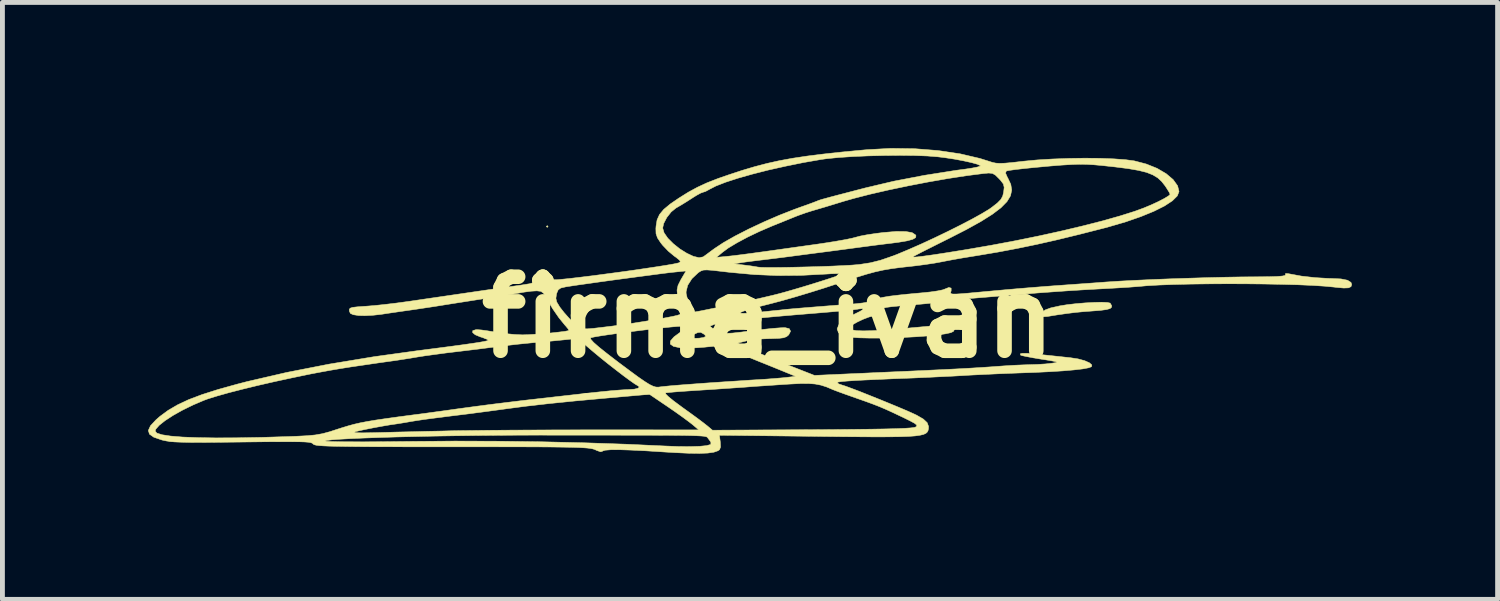
<source format=kicad_pcb>
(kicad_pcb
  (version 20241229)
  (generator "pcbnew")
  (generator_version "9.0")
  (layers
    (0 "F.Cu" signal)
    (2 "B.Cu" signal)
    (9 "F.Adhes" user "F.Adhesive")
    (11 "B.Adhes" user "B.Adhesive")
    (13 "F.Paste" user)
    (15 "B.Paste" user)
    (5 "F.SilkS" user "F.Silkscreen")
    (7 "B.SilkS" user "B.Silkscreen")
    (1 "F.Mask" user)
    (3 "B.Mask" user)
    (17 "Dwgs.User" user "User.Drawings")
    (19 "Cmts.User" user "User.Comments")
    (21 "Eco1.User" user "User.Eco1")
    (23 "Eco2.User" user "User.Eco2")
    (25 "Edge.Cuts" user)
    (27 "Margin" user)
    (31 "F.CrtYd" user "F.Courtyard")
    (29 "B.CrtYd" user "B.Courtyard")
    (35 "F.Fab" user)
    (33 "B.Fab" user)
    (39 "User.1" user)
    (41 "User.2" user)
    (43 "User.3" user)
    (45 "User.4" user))
  (footprint "firma_ivan"
    (layer "F.Cu")
    (at 12.772 3.483)
    (property "Reference" "firma_ivan" (at 0 0 0) (layer "F.SilkS") (effects (font (size 1.524 1.524) (thickness 0.3))))
    (attr through_hole)
    (fp_poly (pts (xy -4.536 -1.869) (xy -4.554 -1.851) (xy -4.572 -1.869) (xy -4.554 -1.887) (xy -4.536 -1.869)) (stroke (width 0.01) (type solid)) (fill yes) (layer "F.SilkS"))
    (fp_poly (pts (xy 6.978 -0.305) (xy 7.037 -0.292) (xy 7.069 -0.237) (xy 7.066 -0.207) (xy 7.036 -0.18) (xy 6.963 -0.159) (xy 6.837 -0.142) (xy 6.67 -0.129) (xy 6.483 -0.115) (xy 6.317 -0.099) (xy 6.148 -0.078) (xy 5.951 -0.05) (xy 5.742 -0.016) (xy 5.657 -0.011) (xy 5.625 -0.037) (xy 5.624 -0.048) (xy 5.642 -0.106) (xy 5.702 -0.152) (xy 5.813 -0.193) (xy 5.987 -0.232) (xy 5.99 -0.233) (xy 6.15 -0.259) (xy 6.333 -0.28) (xy 6.523 -0.296) (xy 6.704 -0.306) (xy 6.861 -0.31) (xy 6.978 -0.305)) (stroke (width 0.01) (type solid)) (fill yes) (layer "F.SilkS"))
    (fp_poly (pts (xy 3.013 -3.471) (xy 3.494 -3.433) (xy 3.947 -3.366) (xy 4.357 -3.27) (xy 4.544 -3.211) (xy 4.616 -3.188) (xy 4.684 -3.174) (xy 4.763 -3.169) (xy 4.869 -3.173) (xy 5.015 -3.186) (xy 5.217 -3.209) (xy 5.251 -3.213) (xy 5.537 -3.24) (xy 5.852 -3.259) (xy 6.182 -3.271) (xy 6.512 -3.276) (xy 6.828 -3.273) (xy 7.115 -3.262) (xy 7.359 -3.244) (xy 7.536 -3.22) (xy 7.78 -3.156) (xy 8.002 -3.067) (xy 8.19 -2.957) (xy 8.334 -2.835) (xy 8.426 -2.707) (xy 8.455 -2.59) (xy 8.42 -2.499) (xy 8.318 -2.398) (xy 8.156 -2.292) (xy 7.938 -2.183) (xy 7.669 -2.073) (xy 7.355 -1.964) (xy 7.002 -1.861) (xy 6.912 -1.837) (xy 6.403 -1.707) (xy 5.947 -1.596) (xy 5.527 -1.501) (xy 5.126 -1.418) (xy 4.73 -1.343) (xy 4.32 -1.274) (xy 4.191 -1.253) (xy 4 -1.222) (xy 3.801 -1.187) (xy 3.628 -1.154) (xy 3.574 -1.143) (xy 3.421 -1.115) (xy 3.228 -1.086) (xy 3.029 -1.06) (xy 2.95 -1.051) (xy 2.724 -1.026) (xy 2.534 -1.001) (xy 2.364 -0.972) (xy 2.197 -0.935) (xy 2.018 -0.886) (xy 1.811 -0.822) (xy 1.559 -0.739) (xy 1.418 -0.691) (xy 1.147 -0.602) (xy 0.853 -0.51) (xy 0.557 -0.421) (xy 0.284 -0.343) (xy 0.073 -0.287) (xy -0.194 -0.219) (xy -0.391 -0.165) (xy -0.518 -0.124) (xy -0.577 -0.098) (xy -0.567 -0.083) (xy -0.491 -0.081) (xy -0.348 -0.09) (xy -0.145 -0.109) (xy 0.031 -0.128) (xy 0.203 -0.145) (xy 0.343 -0.16) (xy 0.381 -0.164) (xy 0.499 -0.175) (xy 0.675 -0.19) (xy 0.896 -0.208) (xy 1.147 -0.228) (xy 1.414 -0.249) (xy 1.684 -0.269) (xy 1.796 -0.278) (xy 1.946 -0.295) (xy 2.078 -0.32) (xy 2.165 -0.349) (xy 2.174 -0.354) (xy 2.24 -0.382) (xy 2.346 -0.409) (xy 2.5 -0.435) (xy 2.708 -0.46) (xy 2.978 -0.487) (xy 3.179 -0.505) (xy 3.342 -0.522) (xy 3.485 -0.543) (xy 3.587 -0.564) (xy 3.621 -0.576) (xy 3.716 -0.614) (xy 3.763 -0.6) (xy 3.763 -0.544) (xy 3.755 -0.518) (xy 3.753 -0.499) (xy 3.764 -0.485) (xy 3.796 -0.479) (xy 3.859 -0.478) (xy 3.96 -0.484) (xy 4.108 -0.496) (xy 4.312 -0.515) (xy 4.578 -0.539) (xy 4.598 -0.541) (xy 4.873 -0.566) (xy 5.17 -0.592) (xy 5.463 -0.616) (xy 5.729 -0.637) (xy 5.915 -0.651) (xy 6.167 -0.669) (xy 6.448 -0.689) (xy 6.725 -0.709) (xy 6.965 -0.727) (xy 6.985 -0.728) (xy 7.231 -0.744) (xy 7.535 -0.76) (xy 7.882 -0.776) (xy 8.257 -0.791) (xy 8.646 -0.804) (xy 9.034 -0.816) (xy 9.406 -0.825) (xy 9.747 -0.831) (xy 10.043 -0.833) (xy 10.062 -0.833) (xy 10.3 -0.835) (xy 10.471 -0.84) (xy 10.582 -0.849) (xy 10.638 -0.861) (xy 10.647 -0.876) (xy 10.649 -0.902) (xy 10.711 -0.897) (xy 10.726 -0.894) (xy 10.975 -0.848) (xy 11.258 -0.816) (xy 11.534 -0.8) (xy 11.587 -0.799) (xy 11.789 -0.79) (xy 11.924 -0.763) (xy 11.996 -0.718) (xy 12.011 -0.674) (xy 11.996 -0.63) (xy 11.945 -0.606) (xy 11.847 -0.602) (xy 11.691 -0.616) (xy 11.645 -0.622) (xy 11.457 -0.64) (xy 11.208 -0.656) (xy 10.909 -0.669) (xy 10.571 -0.678) (xy 10.205 -0.685) (xy 9.822 -0.689) (xy 9.433 -0.69) (xy 9.05 -0.688) (xy 8.684 -0.683) (xy 8.346 -0.675) (xy 8.047 -0.664) (xy 7.798 -0.65) (xy 7.656 -0.637) (xy 7.556 -0.629) (xy 7.398 -0.617) (xy 7.2 -0.605) (xy 6.977 -0.592) (xy 6.767 -0.581) (xy 6.484 -0.565) (xy 6.163 -0.545) (xy 5.836 -0.522) (xy 5.534 -0.5) (xy 5.407 -0.489) (xy 5.153 -0.468) (xy 4.887 -0.447) (xy 4.632 -0.426) (xy 4.411 -0.408) (xy 4.3 -0.399) (xy 4.109 -0.383) (xy 3.925 -0.364) (xy 3.772 -0.345) (xy 3.683 -0.331) (xy 3.583 -0.317) (xy 3.429 -0.299) (xy 3.237 -0.279) (xy 3.026 -0.26) (xy 2.914 -0.251) (xy 2.694 -0.233) (xy 2.537 -0.218) (xy 2.431 -0.204) (xy 2.367 -0.188) (xy 2.332 -0.169) (xy 2.318 -0.144) (xy 2.315 -0.13) (xy 2.281 -0.07) (xy 2.191 -0.036) (xy 2.177 -0.033) (xy 2.071 -0.005) (xy 1.948 0.042) (xy 1.828 0.099) (xy 1.732 0.154) (xy 1.682 0.199) (xy 1.679 0.204) (xy 1.685 0.237) (xy 1.729 0.261) (xy 1.817 0.275) (xy 1.952 0.28) (xy 2.14 0.276) (xy 2.385 0.262) (xy 2.692 0.239) (xy 3.065 0.206) (xy 3.161 0.197) (xy 3.412 0.175) (xy 3.597 0.164) (xy 3.725 0.164) (xy 3.803 0.176) (xy 3.837 0.202) (xy 3.836 0.242) (xy 3.811 0.29) (xy 3.759 0.316) (xy 3.646 0.341) (xy 3.483 0.364) (xy 3.28 0.384) (xy 3.049 0.401) (xy 2.801 0.414) (xy 2.547 0.423) (xy 2.298 0.428) (xy 2.066 0.428) (xy 1.861 0.423) (xy 1.694 0.411) (xy 1.577 0.394) (xy 1.541 0.383) (xy 1.444 0.319) (xy 1.415 0.241) (xy 1.451 0.153) (xy 1.552 0.059) (xy 1.715 -0.037) (xy 1.764 -0.061) (xy 1.89 -0.123) (xy 1.949 -0.162) (xy 1.939 -0.178) (xy 1.861 -0.171) (xy 1.841 -0.167) (xy 1.767 -0.157) (xy 1.635 -0.143) (xy 1.459 -0.126) (xy 1.252 -0.108) (xy 1.052 -0.091) (xy 0.565 -0.051) (xy 0.147 -0.015) (xy -0.206 0.018) (xy -0.497 0.048) (xy -0.73 0.076) (xy -0.909 0.101) (xy -1.036 0.125) (xy -1.116 0.148) (xy -1.12 0.149) (xy -1.205 0.183) (xy -1.105 0.262) (xy -1.044 0.301) (xy -0.971 0.324) (xy -0.873 0.332) (xy -0.736 0.325) (xy -0.548 0.304) (xy -0.454 0.291) (xy -0.268 0.267) (xy -0.076 0.246) (xy 0.102 0.228) (xy 0.247 0.217) (xy 0.34 0.213) (xy 0.341 0.213) (xy 0.429 0.234) (xy 0.457 0.287) (xy 0.418 0.362) (xy 0.418 0.362) (xy 0.374 0.399) (xy 0.312 0.422) (xy 0.215 0.434) (xy 0.065 0.439) (xy 0.04 0.439) (xy -0.132 0.446) (xy -0.301 0.462) (xy -0.436 0.483) (xy -0.454 0.487) (xy -0.635 0.532) (xy -0.363 0.661) (xy -0.228 0.722) (xy -0.046 0.8) (xy 0.161 0.886) (xy 0.373 0.971) (xy 0.429 0.993) (xy 0.949 1.197) (xy 1.699 1.163) (xy 1.973 1.151) (xy 2.294 1.136) (xy 2.636 1.121) (xy 2.976 1.106) (xy 3.286 1.092) (xy 3.32 1.09) (xy 3.598 1.077) (xy 3.882 1.063) (xy 4.154 1.048) (xy 4.396 1.033) (xy 4.591 1.02) (xy 4.645 1.016) (xy 4.851 1.001) (xy 5.062 0.988) (xy 5.25 0.98) (xy 5.37 0.976) (xy 5.536 0.971) (xy 5.702 0.961) (xy 5.824 0.948) (xy 5.9 0.937) (xy 5.937 0.928) (xy 5.926 0.917) (xy 5.862 0.902) (xy 5.738 0.881) (xy 5.609 0.861) (xy 5.448 0.834) (xy 5.315 0.809) (xy 5.225 0.79) (xy 5.195 0.78) (xy 5.185 0.754) (xy 5.227 0.742) (xy 5.324 0.742) (xy 5.485 0.755) (xy 5.573 0.764) (xy 5.769 0.785) (xy 5.978 0.807) (xy 6.163 0.827) (xy 6.213 0.832) (xy 6.376 0.857) (xy 6.512 0.894) (xy 6.611 0.938) (xy 6.66 0.982) (xy 6.653 1.018) (xy 6.595 1.04) (xy 6.473 1.063) (xy 6.292 1.084) (xy 6.061 1.104) (xy 5.787 1.121) (xy 5.476 1.136) (xy 5.298 1.142) (xy 5.027 1.152) (xy 4.728 1.164) (xy 4.429 1.178) (xy 4.159 1.191) (xy 4.046 1.198) (xy 3.797 1.212) (xy 3.526 1.225) (xy 3.262 1.238) (xy 3.034 1.248) (xy 2.994 1.25) (xy 2.591 1.265) (xy 2.256 1.28) (xy 1.985 1.292) (xy 1.772 1.303) (xy 1.613 1.314) (xy 1.504 1.324) (xy 1.44 1.333) (xy 1.416 1.342) (xy 1.415 1.344) (xy 1.446 1.371) (xy 1.515 1.395) (xy 1.587 1.418) (xy 1.712 1.464) (xy 1.878 1.527) (xy 2.071 1.604) (xy 2.278 1.687) (xy 2.486 1.772) (xy 2.682 1.853) (xy 2.852 1.925) (xy 2.984 1.984) (xy 3.05 2.015) (xy 3.19 2.096) (xy 3.269 2.17) (xy 3.298 2.248) (xy 3.296 2.293) (xy 3.288 2.331) (xy 3.272 2.363) (xy 3.242 2.39) (xy 3.194 2.412) (xy 3.122 2.429) (xy 3.021 2.443) (xy 2.885 2.453) (xy 2.708 2.459) (xy 2.487 2.462) (xy 2.215 2.463) (xy 1.886 2.461) (xy 1.497 2.458) (xy 1.041 2.453) (xy 0.992 2.452) (xy -1.009 2.429) (xy -0.99 2.572) (xy -0.985 2.672) (xy -1.007 2.727) (xy -1.039 2.749) (xy -1.122 2.778) (xy -1.246 2.796) (xy -1.416 2.803) (xy -1.64 2.8) (xy -1.925 2.787) (xy -2.141 2.774) (xy -2.52 2.75) (xy -2.829 2.735) (xy -3.071 2.727) (xy -3.247 2.728) (xy -3.36 2.737) (xy -3.413 2.753) (xy -3.417 2.759) (xy -3.455 2.77) (xy -3.539 2.741) (xy -3.556 2.732) (xy -3.583 2.72) (xy -3.617 2.71) (xy -3.663 2.701) (xy -3.726 2.693) (xy -3.81 2.687) (xy -3.922 2.681) (xy -4.065 2.677) (xy -4.245 2.674) (xy -4.467 2.671) (xy -4.735 2.669) (xy -5.055 2.668) (xy -5.431 2.668) (xy -5.869 2.667) (xy -6.373 2.667) (xy -6.507 2.667) (xy -7.03 2.667) (xy -7.485 2.667) (xy -7.877 2.666) (xy -8.21 2.665) (xy -8.49 2.663) (xy -8.721 2.66) (xy -8.907 2.657) (xy -9.055 2.653) (xy -9.167 2.648) (xy -9.25 2.642) (xy -9.308 2.635) (xy -9.345 2.626) (xy -9.366 2.617) (xy -9.374 2.609) (xy -9.39 2.594) (xy -9.421 2.582) (xy -9.472 2.573) (xy -9.551 2.567) (xy -9.665 2.563) (xy -9.819 2.561) (xy -10.021 2.561) (xy -10.278 2.562) (xy -10.596 2.566) (xy -10.841 2.569) (xy -11.207 2.573) (xy -11.509 2.576) (xy -11.753 2.577) (xy -11.948 2.576) (xy -12.102 2.572) (xy -12.223 2.567) (xy -12.318 2.558) (xy -12.396 2.547) (xy -12.4 2.546) (xy -9.126 2.546) (xy -9.099 2.553) (xy -9.003 2.559) (xy -8.842 2.563) (xy -8.619 2.564) (xy -8.338 2.565) (xy -8.002 2.563) (xy -7.616 2.559) (xy -7.33 2.556) (xy -6.456 2.549) (xy -5.56 2.552) (xy -4.659 2.564) (xy -3.773 2.585) (xy -2.922 2.614) (xy -2.141 2.65) (xy -1.859 2.661) (xy -1.615 2.663) (xy -1.418 2.657) (xy -1.275 2.643) (xy -1.194 2.621) (xy -1.185 2.614) (xy -1.185 2.57) (xy -1.23 2.508) (xy -1.23 2.507) (xy -1.241 2.494) (xy -1.249 2.482) (xy -1.257 2.472) (xy -1.271 2.463) (xy -1.295 2.456) (xy -1.332 2.449) (xy -1.389 2.444) (xy -1.468 2.44) (xy -1.574 2.436) (xy -1.713 2.433) (xy -1.887 2.431) (xy -2.102 2.43) (xy -2.361 2.429) (xy -2.67 2.428) (xy -3.033 2.428) (xy -3.453 2.427) (xy -3.936 2.427) (xy -4.486 2.427) (xy -4.673 2.426) (xy -5.118 2.427) (xy -5.567 2.43) (xy -6.015 2.434) (xy -6.455 2.44) (xy -6.882 2.447) (xy -7.29 2.456) (xy -7.672 2.465) (xy -8.023 2.476) (xy -8.336 2.487) (xy -8.606 2.499) (xy -8.825 2.511) (xy -8.99 2.523) (xy -9.092 2.536) (xy -9.126 2.546) (xy -12.4 2.546) (xy -12.464 2.533) (xy -12.5 2.523) (xy -12.656 2.469) (xy -12.745 2.406) (xy -12.763 2.344) (xy -12.627 2.344) (xy -12.592 2.385) (xy -12.485 2.419) (xy -12.309 2.446) (xy -12.065 2.466) (xy -11.754 2.478) (xy -11.379 2.484) (xy -10.939 2.482) (xy -10.438 2.473) (xy -9.875 2.456) (xy -9.719 2.45) (xy -9.501 2.439) (xy -9.331 2.423) (xy -9.183 2.397) (xy -9.082 2.37) (xy -8.526 2.37) (xy -8.475 2.378) (xy -8.355 2.38) (xy -8.164 2.377) (xy -8.074 2.375) (xy -7.881 2.37) (xy -7.633 2.363) (xy -7.349 2.357) (xy -7.045 2.349) (xy -6.741 2.343) (xy -6.558 2.338) (xy -6.331 2.334) (xy -6.042 2.331) (xy -5.703 2.327) (xy -5.325 2.324) (xy -4.919 2.322) (xy -4.495 2.32) (xy -4.066 2.319) (xy -3.642 2.318) (xy -3.51 2.318) (xy -1.433 2.319) (xy -1.56 2.211) (xy -1.641 2.148) (xy -1.764 2.057) (xy -1.914 1.95) (xy -2.068 1.844) (xy -2.449 1.586) (xy -3.356 1.666) (xy -3.97 1.722) (xy -4.514 1.777) (xy -4.99 1.831) (xy -5.402 1.885) (xy -5.407 1.886) (xy -5.761 1.934) (xy -6.164 1.987) (xy -6.627 2.044) (xy -6.693 2.053) (xy -6.891 2.078) (xy -7.081 2.103) (xy -7.242 2.127) (xy -7.353 2.145) (xy -7.354 2.145) (xy -7.484 2.168) (xy -7.602 2.187) (xy -7.645 2.194) (xy -7.779 2.213) (xy -7.943 2.241) (xy -8.119 2.273) (xy -8.285 2.306) (xy -8.421 2.335) (xy -8.507 2.356) (xy -8.509 2.357) (xy -8.526 2.37) (xy -9.082 2.37) (xy -9.033 2.357) (xy -8.93 2.323) (xy -8.787 2.277) (xy -8.659 2.238) (xy -8.536 2.204) (xy -8.406 2.174) (xy -8.26 2.146) (xy -8.086 2.117) (xy -7.875 2.086) (xy -7.616 2.05) (xy -7.298 2.008) (xy -7.203 1.996) (xy -7.067 1.978) (xy -6.878 1.952) (xy -6.657 1.922) (xy -6.423 1.889) (xy -6.277 1.869) (xy -6.011 1.833) (xy -5.704 1.793) (xy -5.387 1.754) (xy -5.09 1.718) (xy -4.971 1.704) (xy -4.697 1.673) (xy -4.39 1.638) (xy -4.08 1.603) (xy -3.798 1.571) (xy -3.683 1.558) (xy -3.659 1.556) (xy -2.117 1.556) (xy -2.117 1.577) (xy -2.061 1.633) (xy -1.953 1.721) (xy -1.8 1.835) (xy -1.774 1.854) (xy -1.614 1.969) (xy -1.466 2.077) (xy -1.346 2.167) (xy -1.267 2.229) (xy -1.258 2.236) (xy -1.152 2.325) (xy 0.903 2.315) (xy 1.381 2.312) (xy 1.79 2.308) (xy 2.134 2.304) (xy 2.416 2.299) (xy 2.641 2.293) (xy 2.811 2.286) (xy 2.93 2.278) (xy 3.003 2.269) (xy 3.03 2.261) (xy 3.055 2.24) (xy 3.051 2.216) (xy 3.009 2.182) (xy 2.92 2.134) (xy 2.777 2.063) (xy 2.721 2.037) (xy 2.555 1.958) (xy 2.419 1.896) (xy 2.295 1.843) (xy 2.165 1.792) (xy 2.01 1.735) (xy 1.811 1.665) (xy 1.724 1.634) (xy 1.573 1.581) (xy 1.441 1.533) (xy 1.349 1.498) (xy 1.324 1.488) (xy 1.197 1.434) (xy 1.081 1.397) (xy 0.962 1.374) (xy 0.824 1.364) (xy 0.651 1.365) (xy 0.428 1.376) (xy 0.319 1.383) (xy 0.111 1.397) (xy -0.079 1.41) (xy -0.236 1.42) (xy -0.345 1.428) (xy -0.381 1.431) (xy -0.483 1.439) (xy -0.654 1.451) (xy -0.887 1.467) (xy -1.179 1.487) (xy -1.525 1.509) (xy -1.542 1.51) (xy -1.705 1.521) (xy -1.846 1.531) (xy -1.946 1.539) (xy -1.978 1.542) (xy -2.075 1.552) (xy -2.117 1.556) (xy -3.659 1.556) (xy -3.463 1.535) (xy -3.254 1.514) (xy -3.072 1.499) (xy -2.935 1.49) (xy -2.878 1.488) (xy -2.76 1.48) (xy -2.683 1.461) (xy -2.657 1.434) (xy -2.693 1.406) (xy -2.696 1.405) (xy -2.751 1.372) (xy -2.851 1.302) (xy -2.984 1.204) (xy -3.136 1.087) (xy -3.298 0.961) (xy -3.456 0.834) (xy -3.599 0.715) (xy -3.661 0.663) (xy -3.787 0.555) (xy -3.876 0.488) (xy -3.942 0.454) (xy -4.001 0.444) (xy -4.063 0.449) (xy -4.151 0.459) (xy -4.292 0.473) (xy -4.467 0.49) (xy -4.657 0.506) (xy -4.666 0.507) (xy -4.894 0.528) (xy -5.144 0.553) (xy -5.381 0.58) (xy -5.534 0.599) (xy -5.734 0.624) (xy -5.975 0.655) (xy -6.224 0.685) (xy -6.423 0.709) (xy -6.639 0.735) (xy -6.862 0.765) (xy -7.067 0.793) (xy -7.221 0.817) (xy -7.38 0.844) (xy -7.528 0.867) (xy -7.638 0.884) (xy -7.656 0.887) (xy -8.022 0.938) (xy -8.329 0.983) (xy -8.589 1.021) (xy -8.816 1.057) (xy -9.021 1.092) (xy -9.218 1.128) (xy -9.419 1.166) (xy -9.637 1.211) (xy -9.828 1.251) (xy -10.174 1.326) (xy -10.51 1.403) (xy -10.826 1.48) (xy -11.11 1.553) (xy -11.351 1.621) (xy -11.538 1.679) (xy -11.623 1.71) (xy -11.85 1.807) (xy -12.066 1.913) (xy -12.26 2.022) (xy -12.423 2.128) (xy -12.544 2.224) (xy -12.614 2.304) (xy -12.627 2.344) (xy -12.763 2.344) (xy -12.767 2.329) (xy -12.723 2.233) (xy -12.612 2.114) (xy -12.529 2.041) (xy -12.362 1.918) (xy -12.168 1.804) (xy -11.938 1.696) (xy -11.663 1.592) (xy -11.336 1.488) (xy -10.949 1.38) (xy -10.741 1.326) (xy -9.92 1.136) (xy -9.047 0.965) (xy -8.115 0.811) (xy -7.239 0.69) (xy -6.859 0.641) (xy -6.545 0.6) (xy -6.293 0.566) (xy -6.098 0.538) (xy -5.953 0.516) (xy -5.853 0.498) (xy -5.795 0.485) (xy -5.771 0.474) (xy -5.769 0.472) (xy -5.801 0.45) (xy -5.869 0.424) (xy -3.662 0.424) (xy -3.656 0.454) (xy -3.599 0.518) (xy -3.487 0.616) (xy -3.319 0.75) (xy -3.094 0.923) (xy -3.066 0.944) (xy -2.846 1.108) (xy -2.676 1.233) (xy -2.545 1.323) (xy -2.448 1.384) (xy -2.373 1.42) (xy -2.315 1.437) (xy -2.263 1.438) (xy -2.226 1.433) (xy -2.155 1.425) (xy -2.025 1.412) (xy -1.849 1.397) (xy -1.639 1.381) (xy -1.41 1.364) (xy -1.373 1.361) (xy -1.114 1.343) (xy -0.848 1.325) (xy -0.595 1.309) (xy -0.375 1.294) (xy -0.221 1.285) (xy -0.033 1.273) (xy 0.148 1.259) (xy 0.299 1.246) (xy 0.376 1.238) (xy 0.56 1.216) (xy 0.307 1.112) (xy 0.133 1.041) (xy -0.06 0.963) (xy -0.2 0.907) (xy -0.371 0.837) (xy -0.563 0.757) (xy -0.713 0.693) (xy -0.839 0.64) (xy -0.934 0.609) (xy -1.022 0.596) (xy -1.129 0.598) (xy -1.281 0.612) (xy -1.305 0.615) (xy -1.479 0.628) (xy -1.65 0.634) (xy -1.788 0.63) (xy -1.82 0.628) (xy -1.954 0.599) (xy -2.02 0.552) (xy -2.016 0.487) (xy -1.969 0.432) (xy -1.687 0.432) (xy -1.536 0.434) (xy -1.426 0.43) (xy -1.34 0.417) (xy -1.326 0.413) (xy -1.29 0.391) (xy -1.311 0.36) (xy -1.34 0.339) (xy -1.395 0.31) (xy -1.454 0.315) (xy -1.544 0.356) (xy -1.55 0.36) (xy -1.687 0.432) (xy -1.969 0.432) (xy -1.943 0.403) (xy -1.801 0.298) (xy -1.78 0.284) (xy -1.619 0.181) (xy -1.78 0.184) (xy -1.877 0.189) (xy -2.025 0.202) (xy -2.211 0.222) (xy -2.424 0.246) (xy -2.651 0.273) (xy -2.881 0.302) (xy -3.102 0.332) (xy -3.302 0.36) (xy -3.468 0.385) (xy -3.59 0.406) (xy -3.655 0.421) (xy -3.662 0.424) (xy -5.869 0.424) (xy -5.881 0.419) (xy -5.933 0.403) (xy -6.037 0.36) (xy -6.09 0.315) (xy -6.088 0.276) (xy -6.026 0.256) (xy -5.996 0.255) (xy -5.913 0.261) (xy -5.784 0.279) (xy -5.635 0.303) (xy -5.606 0.308) (xy -5.426 0.335) (xy -5.232 0.354) (xy -5.068 0.362) (xy -4.956 0.359) (xy -4.809 0.35) (xy -4.644 0.338) (xy -4.475 0.323) (xy -4.322 0.306) (xy -4.198 0.291) (xy -4.123 0.277) (xy -4.107 0.272) (xy -4.122 0.242) (xy -4.173 0.18) (xy -4.193 0.158) (xy -4.314 0.009) (xy -4.442 -0.176) (xy -4.554 -0.366) (xy -4.567 -0.39) (xy -4.376 -0.39) (xy -4.358 -0.314) (xy -4.299 -0.216) (xy -4.293 -0.207) (xy -4.207 -0.097) (xy -4.097 0.027) (xy -4.028 0.097) (xy -3.969 0.155) (xy -3.921 0.196) (xy -3.872 0.223) (xy -3.81 0.237) (xy -3.724 0.238) (xy -3.602 0.228) (xy -3.431 0.208) (xy -3.2 0.18) (xy -3.193 0.179) (xy -3.001 0.153) (xy -2.781 0.121) (xy -2.552 0.085) (xy -2.329 0.048) (xy -2.13 0.013) (xy -1.971 -0.018) (xy -1.878 -0.039) (xy -1.781 -0.071) (xy -1.748 -0.107) (xy -1.769 -0.166) (xy -1.797 -0.207) (xy -1.836 -0.292) (xy -1.867 -0.409) (xy -1.874 -0.449) (xy -1.878 -0.524) (xy -1.695 -0.524) (xy -1.693 -0.483) (xy -1.667 -0.378) (xy -1.625 -0.267) (xy -1.579 -0.173) (xy -1.537 -0.116) (xy -1.521 -0.109) (xy -1.477 -0.116) (xy -1.374 -0.135) (xy -1.228 -0.165) (xy -1.051 -0.201) (xy -0.972 -0.217) (xy -0.636 -0.288) (xy -0.357 -0.349) (xy -0.121 -0.403) (xy 0.087 -0.452) (xy 0.218 -0.485) (xy 0.35 -0.521) (xy 0.517 -0.569) (xy 0.703 -0.624) (xy 0.897 -0.683) (xy 1.085 -0.742) (xy 1.254 -0.796) (xy 1.392 -0.842) (xy 1.484 -0.875) (xy 1.518 -0.89) (xy 1.495 -0.898) (xy 1.414 -0.9) (xy 1.29 -0.896) (xy 1.197 -0.89) (xy 0.675 -0.863) (xy 0.19 -0.859) (xy -0.288 -0.879) (xy -0.791 -0.925) (xy -0.99 -0.948) (xy -1.155 -0.967) (xy -1.265 -0.975) (xy -1.337 -0.972) (xy -1.389 -0.954) (xy -1.438 -0.923) (xy -1.444 -0.919) (xy -1.575 -0.795) (xy -1.662 -0.658) (xy -1.695 -0.524) (xy -1.878 -0.524) (xy -1.881 -0.562) (xy -1.86 -0.658) (xy -1.803 -0.772) (xy -1.796 -0.784) (xy -1.696 -0.954) (xy -1.946 -0.929) (xy -2.054 -0.917) (xy -2.221 -0.896) (xy -2.432 -0.868) (xy -2.676 -0.836) (xy -2.938 -0.801) (xy -3.206 -0.765) (xy -3.467 -0.729) (xy -3.707 -0.695) (xy -3.914 -0.666) (xy -4.074 -0.642) (xy -4.171 -0.627) (xy -4.274 -0.603) (xy -4.328 -0.565) (xy -4.358 -0.496) (xy -4.363 -0.477) (xy -4.376 -0.39) (xy -4.567 -0.39) (xy -4.574 -0.402) (xy -4.628 -0.493) (xy -4.684 -0.534) (xy -4.767 -0.544) (xy -4.771 -0.544) (xy -4.885 -0.537) (xy -5.022 -0.519) (xy -5.069 -0.511) (xy -5.17 -0.493) (xy -5.324 -0.467) (xy -5.51 -0.437) (xy -5.711 -0.405) (xy -5.751 -0.399) (xy -5.984 -0.363) (xy -6.239 -0.323) (xy -6.482 -0.285) (xy -6.677 -0.254) (xy -6.883 -0.221) (xy -7.102 -0.188) (xy -7.302 -0.158) (xy -7.402 -0.144) (xy -7.591 -0.117) (xy -7.797 -0.087) (xy -7.975 -0.06) (xy -7.983 -0.059) (xy -8.147 -0.041) (xy -8.311 -0.033) (xy -8.436 -0.036) (xy -8.548 -0.053) (xy -8.606 -0.079) (xy -8.628 -0.125) (xy -8.629 -0.131) (xy -8.629 -0.165) (xy -8.61 -0.188) (xy -8.56 -0.204) (xy -8.465 -0.215) (xy -8.314 -0.226) (xy -8.266 -0.229) (xy -8.108 -0.242) (xy -7.898 -0.264) (xy -7.655 -0.293) (xy -7.398 -0.328) (xy -7.166 -0.362) (xy -5.496 -0.606) (xy -5.102 -0.661) (xy -4.92 -0.69) (xy -4.798 -0.724) (xy -4.721 -0.767) (xy -4.679 -0.824) (xy -4.671 -0.843) (xy -4.644 -0.864) (xy -4.589 -0.83) (xy -4.581 -0.823) (xy -4.526 -0.787) (xy -4.454 -0.772) (xy -4.343 -0.774) (xy -4.276 -0.78) (xy -4.088 -0.799) (xy -3.861 -0.826) (xy -3.607 -0.857) (xy -3.336 -0.893) (xy -3.058 -0.93) (xy -2.785 -0.968) (xy -2.527 -1.006) (xy -2.294 -1.041) (xy -2.098 -1.072) (xy -1.948 -1.098) (xy -1.857 -1.118) (xy -1.84 -1.123) (xy -1.813 -1.143) (xy -1.83 -1.176) (xy -1.9 -1.233) (xy -1.939 -1.26) (xy -2.06 -1.361) (xy -2.176 -1.482) (xy -2.215 -1.531) (xy -2.284 -1.635) (xy -2.314 -1.723) (xy -2.317 -1.832) (xy -2.316 -1.838) (xy -2.177 -1.838) (xy -2.148 -1.739) (xy -2.071 -1.628) (xy -1.958 -1.515) (xy -1.824 -1.408) (xy -1.681 -1.319) (xy -1.545 -1.255) (xy -1.427 -1.227) (xy -1.391 -1.234) (xy -1.07 -1.234) (xy -0.853 -1.254) (xy -0.732 -1.267) (xy -0.562 -1.288) (xy -0.364 -1.314) (xy -0.16 -1.342) (xy -0.145 -1.344) (xy 0.065 -1.373) (xy 0.321 -1.409) (xy 0.598 -1.448) (xy 0.868 -1.486) (xy 0.998 -1.504) (xy 1.219 -1.537) (xy 1.425 -1.571) (xy 1.601 -1.602) (xy 1.732 -1.63) (xy 1.796 -1.647) (xy 1.891 -1.672) (xy 2.038 -1.7) (xy 2.213 -1.726) (xy 2.363 -1.745) (xy 2.628 -1.767) (xy 2.826 -1.766) (xy 2.959 -1.743) (xy 3.029 -1.697) (xy 3.039 -1.678) (xy 3.03 -1.639) (xy 2.971 -1.605) (xy 2.856 -1.574) (xy 2.678 -1.544) (xy 2.54 -1.526) (xy 2.351 -1.503) (xy 2.152 -1.478) (xy 1.981 -1.455) (xy 1.941 -1.45) (xy 1.755 -1.425) (xy 1.508 -1.392) (xy 1.213 -1.353) (xy 0.881 -1.31) (xy 0.524 -1.263) (xy 0.435 -1.251) (xy 0.248 -1.227) (xy 0.06 -1.204) (xy -0.1 -1.184) (xy -0.163 -1.177) (xy -0.316 -1.158) (xy -0.47 -1.138) (xy -0.544 -1.127) (xy -0.708 -1.101) (xy -0.49 -1.074) (xy -0.364 -1.058) (xy -0.262 -1.042) (xy -0.218 -1.034) (xy -0.155 -1.028) (xy -0.031 -1.025) (xy 0.141 -1.025) (xy 0.351 -1.027) (xy 0.585 -1.032) (xy 0.833 -1.038) (xy 1.082 -1.045) (xy 1.32 -1.054) (xy 1.536 -1.064) (xy 1.718 -1.074) (xy 1.854 -1.085) (xy 1.887 -1.089) (xy 2.101 -1.122) (xy 2.308 -1.174) (xy 2.521 -1.247) (xy 2.976 -1.247) (xy 2.991 -1.239) (xy 3.064 -1.243) (xy 3.197 -1.259) (xy 3.393 -1.286) (xy 3.654 -1.326) (xy 3.983 -1.379) (xy 4.1 -1.398) (xy 4.596 -1.484) (xy 5.091 -1.577) (xy 5.577 -1.676) (xy 6.045 -1.779) (xy 6.486 -1.884) (xy 6.889 -1.987) (xy 7.245 -2.088) (xy 7.546 -2.183) (xy 7.731 -2.251) (xy 7.884 -2.315) (xy 8.029 -2.382) (xy 8.152 -2.446) (xy 8.238 -2.498) (xy 8.272 -2.53) (xy 8.272 -2.532) (xy 8.252 -2.575) (xy 8.203 -2.654) (xy 8.171 -2.703) (xy 8.098 -2.796) (xy 8.017 -2.871) (xy 7.916 -2.932) (xy 7.788 -2.983) (xy 7.623 -3.024) (xy 7.411 -3.061) (xy 7.144 -3.095) (xy 6.868 -3.125) (xy 6.701 -3.14) (xy 6.551 -3.149) (xy 6.401 -3.151) (xy 6.236 -3.145) (xy 6.037 -3.133) (xy 5.789 -3.113) (xy 5.682 -3.103) (xy 5.456 -3.082) (xy 5.253 -3.061) (xy 5.086 -3.042) (xy 4.965 -3.025) (xy 4.903 -3.013) (xy 4.898 -3.011) (xy 4.883 -2.969) (xy 4.919 -2.886) (xy 4.932 -2.863) (xy 4.991 -2.738) (xy 5.01 -2.619) (xy 4.985 -2.501) (xy 4.912 -2.381) (xy 4.788 -2.255) (xy 4.61 -2.12) (xy 4.373 -1.971) (xy 4.075 -1.806) (xy 3.735 -1.632) (xy 3.522 -1.526) (xy 3.331 -1.43) (xy 3.172 -1.35) (xy 3.055 -1.289) (xy 2.988 -1.254) (xy 2.976 -1.247) (xy 2.521 -1.247) (xy 2.538 -1.252) (xy 2.649 -1.295) (xy 2.888 -1.395) (xy 3.15 -1.51) (xy 3.424 -1.637) (xy 3.696 -1.768) (xy 3.956 -1.898) (xy 4.192 -2.021) (xy 4.39 -2.131) (xy 4.54 -2.221) (xy 4.596 -2.26) (xy 4.714 -2.352) (xy 4.785 -2.424) (xy 4.824 -2.493) (xy 4.844 -2.577) (xy 4.855 -2.675) (xy 4.838 -2.745) (xy 4.782 -2.819) (xy 4.748 -2.855) (xy 4.674 -2.928) (xy 4.612 -2.963) (xy 4.534 -2.97) (xy 4.427 -2.96) (xy 4.083 -2.916) (xy 3.699 -2.857) (xy 3.292 -2.786) (xy 2.877 -2.706) (xy 2.472 -2.621) (xy 2.094 -2.534) (xy 1.759 -2.448) (xy 1.549 -2.388) (xy 1.357 -2.329) (xy 1.176 -2.274) (xy 1.023 -2.229) (xy 0.918 -2.198) (xy 0.907 -2.195) (xy 0.771 -2.152) (xy 0.619 -2.098) (xy 0.562 -2.076) (xy 0.444 -2.028) (xy 0.286 -1.964) (xy 0.117 -1.896) (xy 0.063 -1.874) (xy -0.183 -1.768) (xy -0.424 -1.653) (xy -0.643 -1.536) (xy -0.825 -1.427) (xy -0.943 -1.34) (xy -1.07 -1.234) (xy -1.391 -1.234) (xy -1.342 -1.244) (xy -1.34 -1.246) (xy -1.279 -1.29) (xy -1.185 -1.36) (xy -1.11 -1.415) (xy -0.924 -1.538) (xy -0.684 -1.674) (xy -0.403 -1.818) (xy -0.096 -1.962) (xy 0.221 -2.099) (xy 0.535 -2.222) (xy 0.653 -2.265) (xy 0.792 -2.314) (xy 0.912 -2.358) (xy 0.99 -2.388) (xy 0.998 -2.391) (xy 1.024 -2.402) (xy 1.055 -2.413) (xy 1.099 -2.427) (xy 1.165 -2.445) (xy 1.26 -2.471) (xy 1.395 -2.507) (xy 1.576 -2.554) (xy 1.813 -2.616) (xy 2.014 -2.668) (xy 2.583 -2.802) (xy 3.207 -2.922) (xy 3.866 -3.026) (xy 4.057 -3.051) (xy 4.199 -3.073) (xy 4.305 -3.094) (xy 4.361 -3.113) (xy 4.365 -3.122) (xy 4.304 -3.151) (xy 4.186 -3.184) (xy 4.024 -3.22) (xy 3.834 -3.256) (xy 3.629 -3.287) (xy 3.489 -3.304) (xy 3.277 -3.321) (xy 3.011 -3.331) (xy 2.707 -3.334) (xy 2.382 -3.331) (xy 2.052 -3.323) (xy 1.735 -3.309) (xy 1.447 -3.29) (xy 1.205 -3.266) (xy 1.089 -3.25) (xy 0.716 -3.185) (xy 0.349 -3.11) (xy -0.004 -3.031) (xy -0.333 -2.947) (xy -0.629 -2.863) (xy -0.881 -2.781) (xy -1.081 -2.703) (xy -1.219 -2.632) (xy -1.222 -2.63) (xy -1.296 -2.59) (xy -1.342 -2.576) (xy -1.393 -2.558) (xy -1.479 -2.511) (xy -1.534 -2.477) (xy -1.685 -2.38) (xy -1.797 -2.311) (xy -1.887 -2.259) (xy -1.905 -2.248) (xy -2.002 -2.169) (xy -2.092 -2.055) (xy -2.156 -1.932) (xy -2.177 -1.838) (xy -2.316 -1.838) (xy -2.313 -1.879) (xy -2.292 -2.006) (xy -2.242 -2.116) (xy -2.155 -2.221) (xy -2.02 -2.333) (xy -1.851 -2.449) (xy -1.65 -2.575) (xy -1.462 -2.677) (xy -1.266 -2.768) (xy -1.038 -2.857) (xy -0.813 -2.935) (xy -0.539 -3.025) (xy -0.283 -3.101) (xy -0.032 -3.167) (xy 0.224 -3.224) (xy 0.496 -3.274) (xy 0.795 -3.319) (xy 1.131 -3.361) (xy 1.517 -3.403) (xy 1.963 -3.445) (xy 2.032 -3.451) (xy 2.52 -3.478) (xy 3.013 -3.471)) (stroke (width 0.01) (type solid)) (fill yes) (layer "F.SilkS")))
  (gr_rect
    (start -3 -3)
    (end 27.787 9.291)
    (stroke (width 0.1) (type default))
    (fill no)
    (layer "Edge.Cuts")))
</source>
